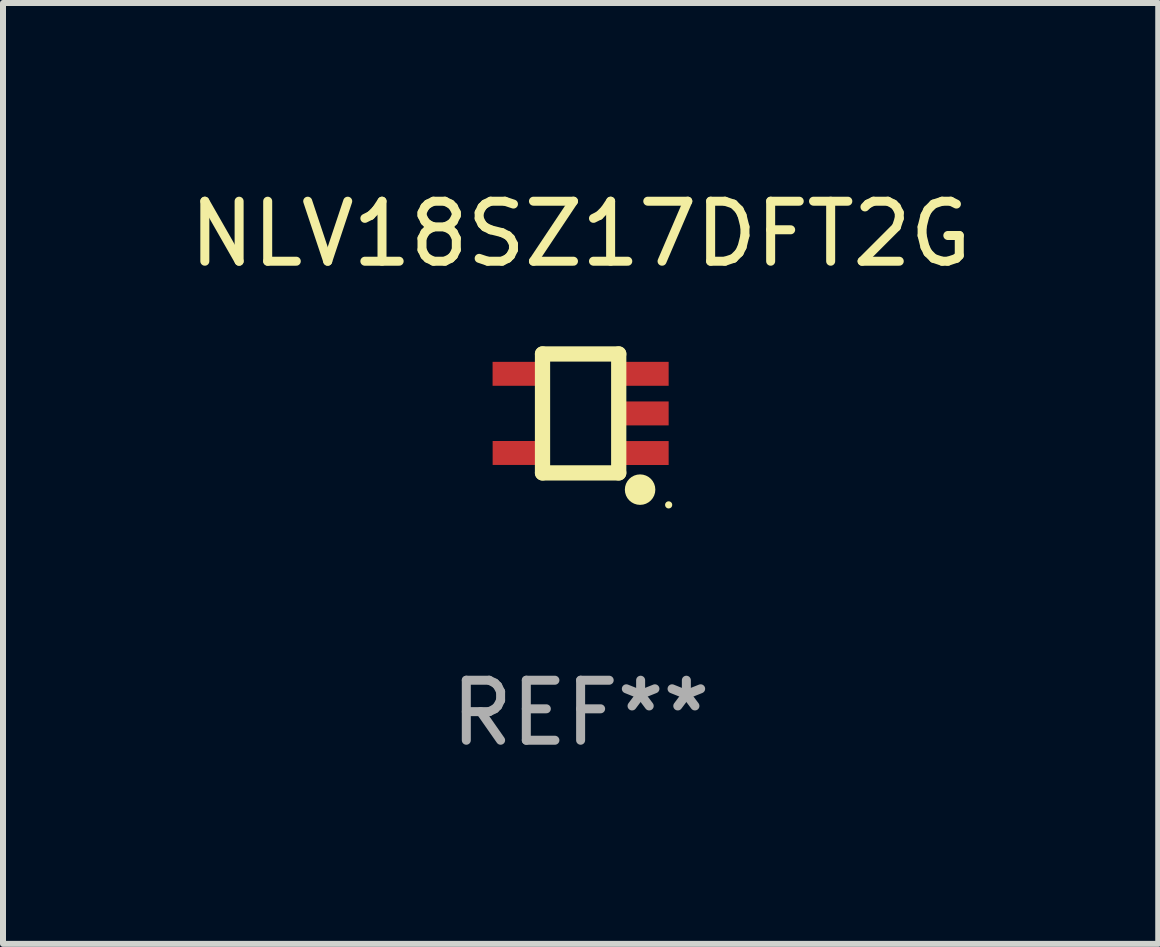
<source format=kicad_pcb>
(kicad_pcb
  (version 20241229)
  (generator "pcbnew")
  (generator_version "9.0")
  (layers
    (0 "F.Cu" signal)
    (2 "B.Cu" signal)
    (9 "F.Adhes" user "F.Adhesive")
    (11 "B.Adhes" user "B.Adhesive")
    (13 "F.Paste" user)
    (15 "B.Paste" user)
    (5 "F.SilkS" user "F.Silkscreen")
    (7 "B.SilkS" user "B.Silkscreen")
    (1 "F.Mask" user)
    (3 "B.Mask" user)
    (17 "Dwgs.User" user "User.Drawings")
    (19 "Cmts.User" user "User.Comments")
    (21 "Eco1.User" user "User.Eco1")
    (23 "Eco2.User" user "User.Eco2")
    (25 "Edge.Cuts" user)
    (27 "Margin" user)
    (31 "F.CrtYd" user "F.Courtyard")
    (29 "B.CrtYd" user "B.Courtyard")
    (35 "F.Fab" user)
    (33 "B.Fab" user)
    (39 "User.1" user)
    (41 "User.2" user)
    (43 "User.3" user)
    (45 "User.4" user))
  (footprint "NLV18SZ17DFT2G"
    (layer "F.Cu")
    (at 6.625 3.839)
    (property "Reference" "NLV18SZ17DFT2G" (at 0 -2.991 0) (layer "F.SilkS") (effects (font (size 1 1) (thickness 0.15))))
    (attr through_hole)
    (fp_line (start -0.635 -0.991) (end 0.635 -0.991) (stroke (width 0.254) (type solid)) (layer "F.SilkS"))
    (fp_line (start -0.635 0.991) (end -0.635 -0.991) (stroke (width 0.254) (type solid)) (layer "F.SilkS"))
    (fp_line (start 0.635 -0.991) (end 0.635 0.991) (stroke (width 0.254) (type solid)) (layer "F.SilkS"))
    (fp_line (start 0.635 0.991) (end -0.635 0.991) (stroke (width 0.254) (type solid)) (layer "F.SilkS"))
    (fp_circle (center 0.991 1.27) (end 1.118 1.27) (stroke (width 0.254) (type solid)) (fill no) (layer "F.SilkS"))
    (fp_circle (center 1.467 1.524) (end 1.497 1.524) (stroke (width 0.06) (type solid)) (fill no) (layer "F.SilkS"))
    (fp_text user "REF**" (at 0 4.991 0) (layer "F.Fab") (effects (font (size 1 1) (thickness 0.15))))
    (pad "1" smd rect (at 1.067 0.66 180) (size 0.8 0.399) (layers "F.Cu" "F.Mask" "F.Paste"))
    (pad "2" smd rect (at 1.067 0 180) (size 0.8 0.399) (layers "F.Cu" "F.Mask" "F.Paste"))
    (pad "3" smd rect (at 1.067 -0.66 180) (size 0.8 0.399) (layers "F.Cu" "F.Mask" "F.Paste"))
    (pad "4" smd rect (at -1.067 -0.66 180) (size 0.8 0.399) (layers "F.Cu" "F.Mask" "F.Paste"))
    (pad "5" smd rect (at -1.066 0.659 180) (size 0.8 0.399) (layers "F.Cu" "F.Mask" "F.Paste")))
  (gr_rect
    (start -3 -3)
    (end 16.25 12.678)
    (stroke (width 0.1) (type default))
    (fill no)
    (layer "Edge.Cuts")))
</source>
